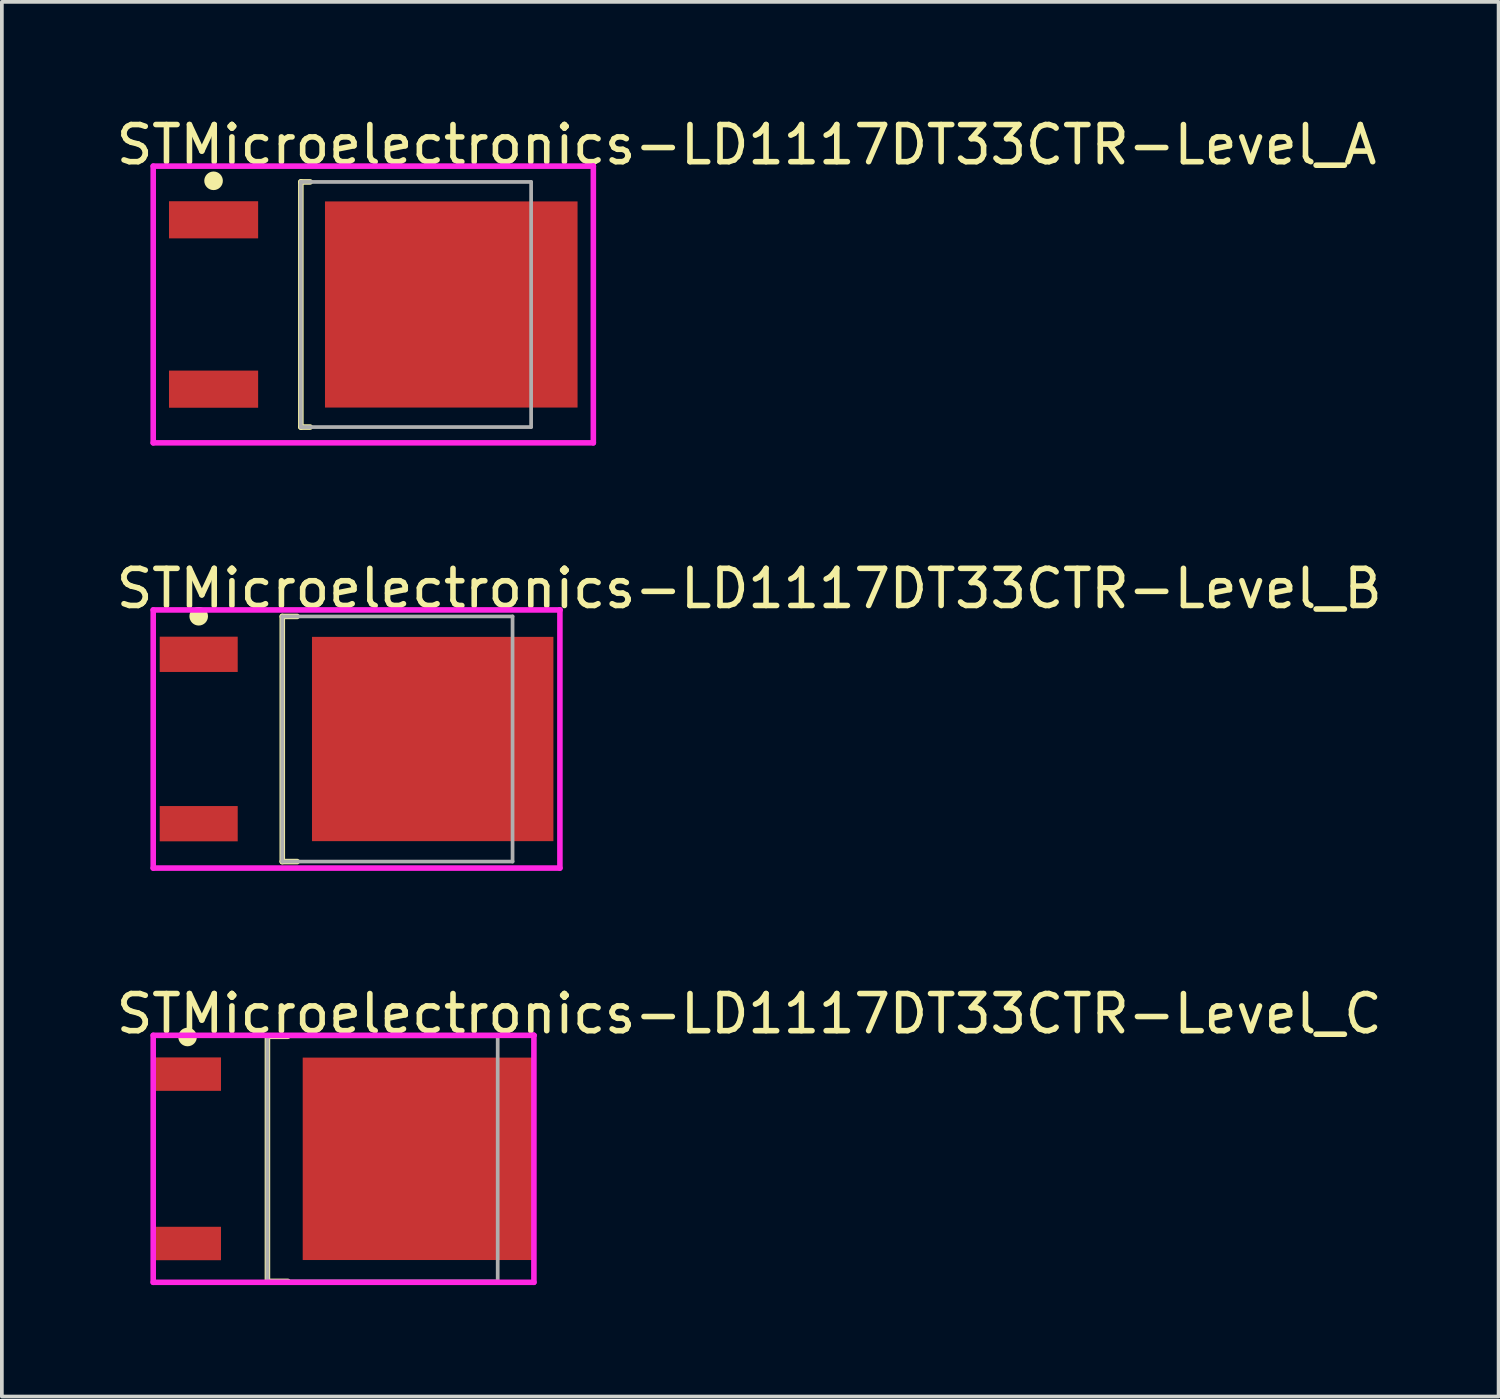
<source format=kicad_pcb>
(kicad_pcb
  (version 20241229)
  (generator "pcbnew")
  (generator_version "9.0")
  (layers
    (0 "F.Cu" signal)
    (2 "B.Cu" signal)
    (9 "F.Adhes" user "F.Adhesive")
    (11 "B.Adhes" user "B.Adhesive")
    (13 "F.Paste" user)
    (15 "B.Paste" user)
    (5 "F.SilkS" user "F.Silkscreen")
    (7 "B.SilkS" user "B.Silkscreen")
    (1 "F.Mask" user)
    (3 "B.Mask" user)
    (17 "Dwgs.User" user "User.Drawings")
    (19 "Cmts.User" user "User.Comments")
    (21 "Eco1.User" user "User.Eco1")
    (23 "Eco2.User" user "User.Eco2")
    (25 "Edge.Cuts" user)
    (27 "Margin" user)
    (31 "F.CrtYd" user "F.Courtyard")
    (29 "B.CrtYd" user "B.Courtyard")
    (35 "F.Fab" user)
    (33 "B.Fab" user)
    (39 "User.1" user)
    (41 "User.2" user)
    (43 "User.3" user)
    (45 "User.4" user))
  (footprint "STMicroelectronics-LD1117DT33CTR-Level_B"
    (layer "F.Cu")
    (at 6.55 16.847)
    (property "Reference" "STMicroelectronics-LD1117DT33CTR-Level_B" (at -6.55 -4.05 0) (layer "F.SilkS") (effects (font (size 1 1) (thickness 0.15)) (justify left)))
    (attr through_hole)
    (fp_line (start -2 -3.3) (end -1.6 -3.3) (stroke (width 0.15) (type solid)) (layer "F.SilkS"))
    (fp_line (start -2 3.3) (end -2 -3.3) (stroke (width 0.15) (type solid)) (layer "F.SilkS"))
    (fp_line (start -2 3.3) (end -1.6 3.3) (stroke (width 0.15) (type solid)) (layer "F.SilkS"))
    (fp_circle (center -4.25 -3.305) (end -4.125 -3.305) (stroke (width 0.25) (type solid)) (fill no) (layer "F.SilkS"))
    (fp_line (start -5.475 -3.475) (end -5.475 3.475) (stroke (width 0.15) (type solid)) (layer "F.CrtYd"))
    (fp_line (start -5.475 3.475) (end 5.475 3.475) (stroke (width 0.15) (type solid)) (layer "F.CrtYd"))
    (fp_line (start 5.475 -3.475) (end -5.475 -3.475) (stroke (width 0.15) (type solid)) (layer "F.CrtYd"))
    (fp_line (start 5.475 -3.475) (end 5.475 -3.475) (stroke (width 0.15) (type solid)) (layer "F.CrtYd"))
    (fp_line (start 5.475 3.475) (end 5.475 -3.475) (stroke (width 0.15) (type solid)) (layer "F.CrtYd"))
    (fp_line (start -2 -3.3) (end 4.2 -3.3) (stroke (width 0.1) (type solid)) (layer "F.Fab"))
    (fp_line (start -2 3.3) (end -2 -3.3) (stroke (width 0.1) (type solid)) (layer "F.Fab"))
    (fp_line (start -2 3.3) (end 4.2 3.3) (stroke (width 0.1) (type solid)) (layer "F.Fab"))
    (fp_line (start 4.2 3.3) (end 4.2 -3.3) (stroke (width 0.1) (type solid)) (layer "F.Fab"))
    (pad "1" smd rect (at -4.25 -2.28 270) (size 0.95 2.1) (layers "F.Cu" "F.Mask" "F.Paste"))
    (pad "3" smd rect (at -4.25 2.28 270) (size 0.95 2.1) (layers "F.Cu" "F.Mask" "F.Paste"))
    (pad "4" smd rect (at 2.05 -0.000001 270) (size 5.5 6.5) (layers "F.Cu" "F.Mask" "F.Paste")))
  (footprint "STMicroelectronics-LD1117DT33CTR-Level_C"
    (layer "F.Cu")
    (at 6.2 28.15)
    (property "Reference" "STMicroelectronics-LD1117DT33CTR-Level_C" (at -6.2 -3.905 0) (layer "F.SilkS") (effects (font (size 1 1) (thickness 0.15)) (justify left)))
    (attr through_hole)
    (fp_line (start -2.05 -3.3) (end -1.5 -3.3) (stroke (width 0.15) (type solid)) (layer "F.SilkS"))
    (fp_line (start -2.05 3.3) (end -2.05 -3.3) (stroke (width 0.15) (type solid)) (layer "F.SilkS"))
    (fp_line (start -2.05 3.3) (end -1.5 3.3) (stroke (width 0.15) (type solid)) (layer "F.SilkS"))
    (fp_circle (center -4.2 -3.28) (end -4.075 -3.28) (stroke (width 0.25) (type solid)) (fill no) (layer "F.SilkS"))
    (fp_line (start -5.125 -3.325) (end -5.125 3.325) (stroke (width 0.15) (type solid)) (layer "F.CrtYd"))
    (fp_line (start -5.125 3.325) (end 5.125 3.325) (stroke (width 0.15) (type solid)) (layer "F.CrtYd"))
    (fp_line (start 5.125 -3.325) (end -5.125 -3.325) (stroke (width 0.15) (type solid)) (layer "F.CrtYd"))
    (fp_line (start 5.125 -3.325) (end 5.125 -3.325) (stroke (width 0.15) (type solid)) (layer "F.CrtYd"))
    (fp_line (start 5.125 3.325) (end 5.125 -3.325) (stroke (width 0.15) (type solid)) (layer "F.CrtYd"))
    (fp_line (start -2.05 -3.3) (end 4.15 -3.3) (stroke (width 0.1) (type solid)) (layer "F.Fab"))
    (fp_line (start -2.05 3.3) (end -2.05 -3.3) (stroke (width 0.1) (type solid)) (layer "F.Fab"))
    (fp_line (start -2.05 3.3) (end 4.15 3.3) (stroke (width 0.1) (type solid)) (layer "F.Fab"))
    (fp_line (start 4.15 3.3) (end 4.15 -3.3) (stroke (width 0.1) (type solid)) (layer "F.Fab"))
    (pad "1" smd rect (at -4.2 -2.28 270) (size 0.9 1.8) (layers "F.Cu" "F.Mask" "F.Paste"))
    (pad "3" smd rect (at -4.2 2.28 270) (size 0.9 1.8) (layers "F.Cu" "F.Mask" "F.Paste"))
    (pad "4" smd rect (at 2 -0.000001 270) (size 5.45 6.2) (layers "F.Cu" "F.Mask" "F.Paste")))
  (footprint "STMicroelectronics-LD1117DT33CTR-Level_A"
    (layer "F.Cu")
    (at 7 5.148)
    (property "Reference" "STMicroelectronics-LD1117DT33CTR-Level_A" (at -7 -4.3 0) (layer "F.SilkS") (effects (font (size 1 1) (thickness 0.15)) (justify left)))
    (attr through_hole)
    (fp_line (start -1.95 -3.3) (end -1.7 -3.3) (stroke (width 0.15) (type solid)) (layer "F.SilkS"))
    (fp_line (start -1.95 3.3) (end -1.95 -3.3) (stroke (width 0.15) (type solid)) (layer "F.SilkS"))
    (fp_line (start -1.95 3.3) (end -1.7 3.3) (stroke (width 0.15) (type solid)) (layer "F.SilkS"))
    (fp_circle (center -4.3 -3.33) (end -4.175 -3.33) (stroke (width 0.25) (type solid)) (fill no) (layer "F.SilkS"))
    (fp_line (start -5.925 -3.725) (end -5.925 3.725) (stroke (width 0.15) (type solid)) (layer "F.CrtYd"))
    (fp_line (start -5.925 3.725) (end 5.925 3.725) (stroke (width 0.15) (type solid)) (layer "F.CrtYd"))
    (fp_line (start 5.925 -3.725) (end -5.925 -3.725) (stroke (width 0.15) (type solid)) (layer "F.CrtYd"))
    (fp_line (start 5.925 -3.725) (end 5.925 -3.725) (stroke (width 0.15) (type solid)) (layer "F.CrtYd"))
    (fp_line (start 5.925 3.725) (end 5.925 -3.725) (stroke (width 0.15) (type solid)) (layer "F.CrtYd"))
    (fp_line (start -1.95 -3.3) (end 4.25 -3.3) (stroke (width 0.1) (type solid)) (layer "F.Fab"))
    (fp_line (start -1.95 3.3) (end -1.95 -3.3) (stroke (width 0.1) (type solid)) (layer "F.Fab"))
    (fp_line (start -1.95 3.3) (end 4.25 3.3) (stroke (width 0.1) (type solid)) (layer "F.Fab"))
    (fp_line (start 4.25 3.3) (end 4.25 -3.3) (stroke (width 0.1) (type solid)) (layer "F.Fab"))
    (pad "1" smd rect (at -4.3 -2.28 270) (size 1 2.4) (layers "F.Cu" "F.Mask" "F.Paste"))
    (pad "3" smd rect (at -4.3 2.28 270) (size 1 2.4) (layers "F.Cu" "F.Mask" "F.Paste"))
    (pad "4" smd rect (at 2.1 -0.000001 270) (size 5.55 6.8) (layers "F.Cu" "F.Mask" "F.Paste")))
  (gr_rect
    (start -3 -3)
    (end 37.298 34.55)
    (stroke (width 0.1) (type default))
    (fill no)
    (layer "Edge.Cuts")))
</source>
